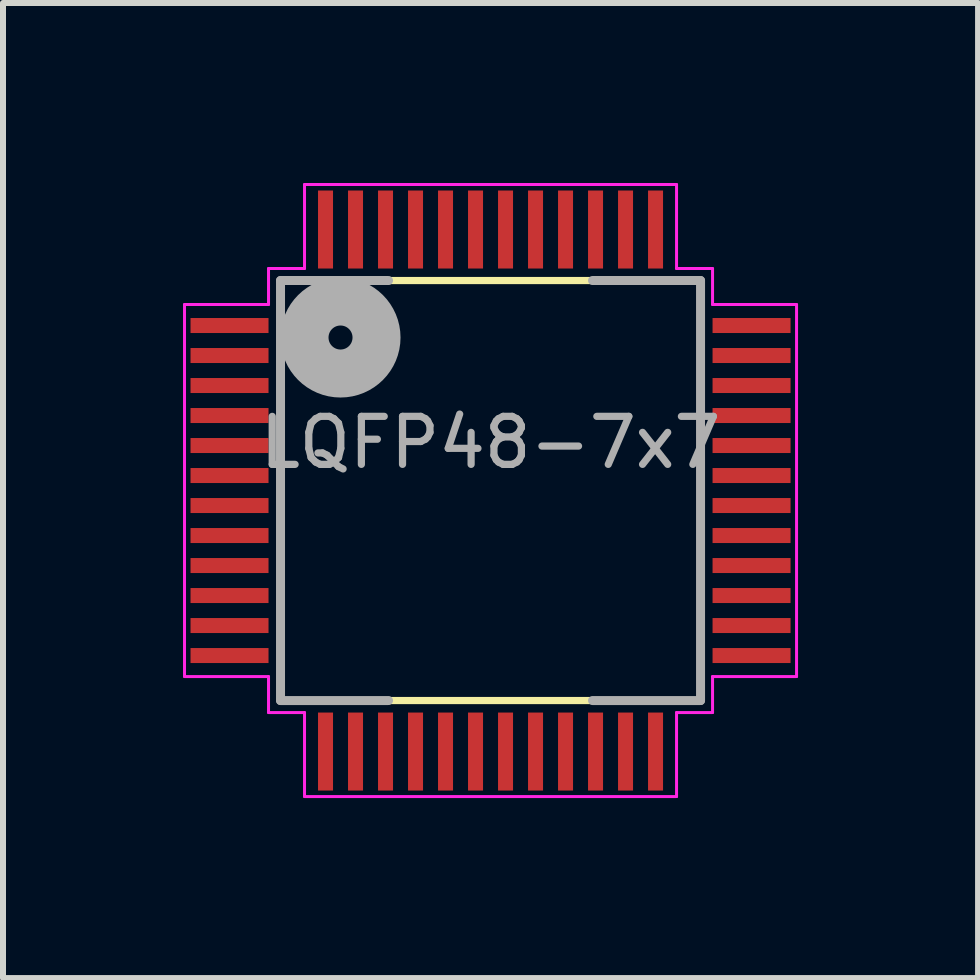
<source format=kicad_pcb>
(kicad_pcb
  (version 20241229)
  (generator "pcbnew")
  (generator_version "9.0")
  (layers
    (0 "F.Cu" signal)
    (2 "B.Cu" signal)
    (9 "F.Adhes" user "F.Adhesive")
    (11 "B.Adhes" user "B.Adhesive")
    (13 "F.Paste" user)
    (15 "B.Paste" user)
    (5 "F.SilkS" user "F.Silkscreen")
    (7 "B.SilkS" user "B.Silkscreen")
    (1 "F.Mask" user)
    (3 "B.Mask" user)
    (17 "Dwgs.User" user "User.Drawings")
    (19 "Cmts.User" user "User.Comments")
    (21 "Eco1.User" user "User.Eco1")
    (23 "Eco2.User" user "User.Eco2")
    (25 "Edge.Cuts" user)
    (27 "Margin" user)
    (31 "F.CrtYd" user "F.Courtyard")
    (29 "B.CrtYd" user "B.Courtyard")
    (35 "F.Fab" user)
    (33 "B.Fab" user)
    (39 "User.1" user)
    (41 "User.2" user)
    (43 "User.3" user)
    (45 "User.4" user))
  (footprint "LQFP48-7x7"
    (layer "F.Cu")
    (at 5.125 5.125)
    (property "Reference" "LQFP48-7x7" (at 0 -0.8 0) (layer "F.Fab") (effects (font (size 0.8 0.8) (thickness 0.12))))
    (attr smd)
    (fp_line (start -3.5 -3.5) (end -3.5 3.5) (stroke (width 0.12) (type solid)) (layer "F.SilkS"))
    (fp_line (start -3.5 3.5) (end 3.5 3.5) (stroke (width 0.12) (type solid)) (layer "F.SilkS"))
    (fp_line (start 3.5 -3.5) (end -3.5 -3.5) (stroke (width 0.12) (type solid)) (layer "F.SilkS"))
    (fp_line (start 3.5 3.5) (end 3.5 -3.5) (stroke (width 0.12) (type solid)) (layer "F.SilkS"))
    (fp_poly (pts (xy -2.8 -2.35) (xy -3.2 -2.75) (xy -2.8 -3.15)) (stroke (width 0.1) (type solid)) (fill yes) (layer "F.SilkS"))
    (fp_line (start -5.1 -3.1) (end -3.7 -3.1) (stroke (width 0.05) (type solid)) (layer "F.CrtYd"))
    (fp_line (start -5.1 3.1) (end -5.1 -3.1) (stroke (width 0.05) (type solid)) (layer "F.CrtYd"))
    (fp_line (start -3.7 -3.7) (end -3.1 -3.7) (stroke (width 0.05) (type solid)) (layer "F.CrtYd"))
    (fp_line (start -3.7 -3.1) (end -3.7 -3.7) (stroke (width 0.05) (type solid)) (layer "F.CrtYd"))
    (fp_line (start -3.7 3.1) (end -5.1 3.1) (stroke (width 0.05) (type solid)) (layer "F.CrtYd"))
    (fp_line (start -3.7 3.7) (end -3.7 3.1) (stroke (width 0.05) (type solid)) (layer "F.CrtYd"))
    (fp_line (start -3.1 -5.1) (end 3.1 -5.1) (stroke (width 0.05) (type solid)) (layer "F.CrtYd"))
    (fp_line (start -3.1 -3.7) (end -3.1 -5.1) (stroke (width 0.05) (type solid)) (layer "F.CrtYd"))
    (fp_line (start -3.1 3.7) (end -3.7 3.7) (stroke (width 0.05) (type solid)) (layer "F.CrtYd"))
    (fp_line (start -3.1 5.1) (end -3.1 3.7) (stroke (width 0.05) (type solid)) (layer "F.CrtYd"))
    (fp_line (start 3.1 -5.1) (end 3.1 -3.7) (stroke (width 0.05) (type solid)) (layer "F.CrtYd"))
    (fp_line (start 3.1 -3.7) (end 3.7 -3.7) (stroke (width 0.05) (type solid)) (layer "F.CrtYd"))
    (fp_line (start 3.1 3.7) (end 3.1 5.1) (stroke (width 0.05) (type solid)) (layer "F.CrtYd"))
    (fp_line (start 3.1 5.1) (end -3.1 5.1) (stroke (width 0.05) (type solid)) (layer "F.CrtYd"))
    (fp_line (start 3.7 -3.7) (end 3.7 -3.1) (stroke (width 0.05) (type solid)) (layer "F.CrtYd"))
    (fp_line (start 3.7 -3.1) (end 5.1 -3.1) (stroke (width 0.05) (type solid)) (layer "F.CrtYd"))
    (fp_line (start 3.7 3.1) (end 3.7 3.7) (stroke (width 0.05) (type solid)) (layer "F.CrtYd"))
    (fp_line (start 3.7 3.7) (end 3.1 3.7) (stroke (width 0.05) (type solid)) (layer "F.CrtYd"))
    (fp_line (start 5.1 -3.1) (end 5.1 3.1) (stroke (width 0.05) (type solid)) (layer "F.CrtYd"))
    (fp_line (start 5.1 3.1) (end 3.7 3.1) (stroke (width 0.05) (type solid)) (layer "F.CrtYd"))
    (fp_line (start -3.5 -3.5) (end -3.5 3.5) (stroke (width 0.15) (type solid)) (layer "F.Fab"))
    (fp_line (start -3.5 3.5) (end -1.7 3.5) (stroke (width 0.15) (type solid)) (layer "F.Fab"))
    (fp_line (start -1.7 -3.5) (end -3.5 -3.5) (stroke (width 0.15) (type solid)) (layer "F.Fab"))
    (fp_line (start 1.7 3.5) (end 3.5 3.5) (stroke (width 0.15) (type solid)) (layer "F.Fab"))
    (fp_line (start 3.5 -3.5) (end 1.7 -3.5) (stroke (width 0.15) (type solid)) (layer "F.Fab"))
    (fp_line (start 3.5 3.5) (end 3.5 -3.5) (stroke (width 0.15) (type solid)) (layer "F.Fab"))
    (fp_circle (center -2.5 -2.55) (end -2.3 -2.55) (stroke (width 0.8) (type solid)) (fill no) (layer "F.Fab"))
    (pad "1" smd rect (at -4.35 -2.75) (size 1.3 0.25) (layers "F.Cu" "F.Mask" "F.Paste"))
    (pad "2" smd rect (at -4.35 -2.25) (size 1.3 0.25) (layers "F.Cu" "F.Mask" "F.Paste"))
    (pad "3" smd rect (at -4.35 -1.75) (size 1.3 0.25) (layers "F.Cu" "F.Mask" "F.Paste"))
    (pad "4" smd rect (at -4.35 -1.25) (size 1.3 0.25) (layers "F.Cu" "F.Mask" "F.Paste"))
    (pad "5" smd rect (at -4.35 -0.75) (size 1.3 0.25) (layers "F.Cu" "F.Mask" "F.Paste"))
    (pad "6" smd rect (at -4.35 -0.25) (size 1.3 0.25) (layers "F.Cu" "F.Mask" "F.Paste"))
    (pad "7" smd rect (at -4.35 0.25) (size 1.3 0.25) (layers "F.Cu" "F.Mask" "F.Paste"))
    (pad "8" smd rect (at -4.35 0.75) (size 1.3 0.25) (layers "F.Cu" "F.Mask" "F.Paste"))
    (pad "9" smd rect (at -4.35 1.25) (size 1.3 0.25) (layers "F.Cu" "F.Mask" "F.Paste"))
    (pad "10" smd rect (at -4.35 1.75) (size 1.3 0.25) (layers "F.Cu" "F.Mask" "F.Paste"))
    (pad "11" smd rect (at -4.35 2.25) (size 1.3 0.25) (layers "F.Cu" "F.Mask" "F.Paste"))
    (pad "12" smd rect (at -4.35 2.75) (size 1.3 0.25) (layers "F.Cu" "F.Mask" "F.Paste"))
    (pad "13" smd rect (at -2.75 4.35 90) (size 1.3 0.25) (layers "F.Cu" "F.Mask" "F.Paste"))
    (pad "14" smd rect (at -2.25 4.35 90) (size 1.3 0.25) (layers "F.Cu" "F.Mask" "F.Paste"))
    (pad "15" smd rect (at -1.75 4.35 90) (size 1.3 0.25) (layers "F.Cu" "F.Mask" "F.Paste"))
    (pad "16" smd rect (at -1.25 4.35 90) (size 1.3 0.25) (layers "F.Cu" "F.Mask" "F.Paste"))
    (pad "17" smd rect (at -0.75 4.35 90) (size 1.3 0.25) (layers "F.Cu" "F.Mask" "F.Paste"))
    (pad "18" smd rect (at -0.25 4.35 90) (size 1.3 0.25) (layers "F.Cu" "F.Mask" "F.Paste"))
    (pad "19" smd rect (at 0.25 4.35 90) (size 1.3 0.25) (layers "F.Cu" "F.Mask" "F.Paste"))
    (pad "20" smd rect (at 0.75 4.35 90) (size 1.3 0.25) (layers "F.Cu" "F.Mask" "F.Paste"))
    (pad "21" smd rect (at 1.25 4.35 90) (size 1.3 0.25) (layers "F.Cu" "F.Mask" "F.Paste"))
    (pad "22" smd rect (at 1.75 4.35 90) (size 1.3 0.25) (layers "F.Cu" "F.Mask" "F.Paste"))
    (pad "23" smd rect (at 2.25 4.35 90) (size 1.3 0.25) (layers "F.Cu" "F.Mask" "F.Paste"))
    (pad "24" smd rect (at 2.75 4.35 90) (size 1.3 0.25) (layers "F.Cu" "F.Mask" "F.Paste"))
    (pad "25" smd rect (at 4.35 2.75) (size 1.3 0.25) (layers "F.Cu" "F.Mask" "F.Paste"))
    (pad "26" smd rect (at 4.35 2.25) (size 1.3 0.25) (layers "F.Cu" "F.Mask" "F.Paste"))
    (pad "27" smd rect (at 4.35 1.75) (size 1.3 0.25) (layers "F.Cu" "F.Mask" "F.Paste"))
    (pad "28" smd rect (at 4.35 1.25) (size 1.3 0.25) (layers "F.Cu" "F.Mask" "F.Paste"))
    (pad "29" smd rect (at 4.35 0.75) (size 1.3 0.25) (layers "F.Cu" "F.Mask" "F.Paste"))
    (pad "30" smd rect (at 4.35 0.25) (size 1.3 0.25) (layers "F.Cu" "F.Mask" "F.Paste"))
    (pad "31" smd rect (at 4.35 -0.25) (size 1.3 0.25) (layers "F.Cu" "F.Mask" "F.Paste"))
    (pad "32" smd rect (at 4.35 -0.75) (size 1.3 0.25) (layers "F.Cu" "F.Mask" "F.Paste"))
    (pad "33" smd rect (at 4.35 -1.25) (size 1.3 0.25) (layers "F.Cu" "F.Mask" "F.Paste"))
    (pad "34" smd rect (at 4.35 -1.75) (size 1.3 0.25) (layers "F.Cu" "F.Mask" "F.Paste"))
    (pad "35" smd rect (at 4.35 -2.25) (size 1.3 0.25) (layers "F.Cu" "F.Mask" "F.Paste"))
    (pad "36" smd rect (at 4.35 -2.75) (size 1.3 0.25) (layers "F.Cu" "F.Mask" "F.Paste"))
    (pad "37" smd rect (at 2.75 -4.35 90) (size 1.3 0.25) (layers "F.Cu" "F.Mask" "F.Paste"))
    (pad "38" smd rect (at 2.25 -4.35 90) (size 1.3 0.25) (layers "F.Cu" "F.Mask" "F.Paste"))
    (pad "39" smd rect (at 1.75 -4.35 90) (size 1.3 0.25) (layers "F.Cu" "F.Mask" "F.Paste"))
    (pad "40" smd rect (at 1.25 -4.35 90) (size 1.3 0.25) (layers "F.Cu" "F.Mask" "F.Paste"))
    (pad "41" smd rect (at 0.75 -4.35 90) (size 1.3 0.25) (layers "F.Cu" "F.Mask" "F.Paste"))
    (pad "42" smd rect (at 0.25 -4.35 90) (size 1.3 0.25) (layers "F.Cu" "F.Mask" "F.Paste"))
    (pad "43" smd rect (at -0.25 -4.35 90) (size 1.3 0.25) (layers "F.Cu" "F.Mask" "F.Paste"))
    (pad "44" smd rect (at -0.75 -4.35 90) (size 1.3 0.25) (layers "F.Cu" "F.Mask" "F.Paste"))
    (pad "45" smd rect (at -1.25 -4.35 90) (size 1.3 0.25) (layers "F.Cu" "F.Mask" "F.Paste"))
    (pad "46" smd rect (at -1.75 -4.35 90) (size 1.3 0.25) (layers "F.Cu" "F.Mask" "F.Paste"))
    (pad "47" smd rect (at -2.25 -4.35 90) (size 1.3 0.25) (layers "F.Cu" "F.Mask" "F.Paste"))
    (pad "48" smd rect (at -2.75 -4.35 90) (size 1.3 0.25) (layers "F.Cu" "F.Mask" "F.Paste")))
  (gr_rect
    (start -3 -3)
    (end 13.25 13.25)
    (stroke (width 0.1) (type default))
    (fill no)
    (layer "Edge.Cuts")))
</source>
